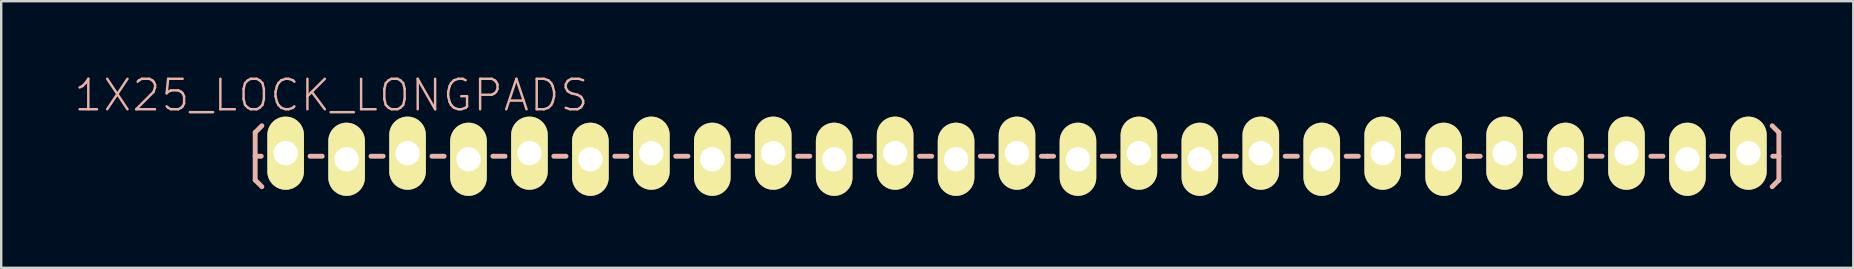
<source format=kicad_pcb>
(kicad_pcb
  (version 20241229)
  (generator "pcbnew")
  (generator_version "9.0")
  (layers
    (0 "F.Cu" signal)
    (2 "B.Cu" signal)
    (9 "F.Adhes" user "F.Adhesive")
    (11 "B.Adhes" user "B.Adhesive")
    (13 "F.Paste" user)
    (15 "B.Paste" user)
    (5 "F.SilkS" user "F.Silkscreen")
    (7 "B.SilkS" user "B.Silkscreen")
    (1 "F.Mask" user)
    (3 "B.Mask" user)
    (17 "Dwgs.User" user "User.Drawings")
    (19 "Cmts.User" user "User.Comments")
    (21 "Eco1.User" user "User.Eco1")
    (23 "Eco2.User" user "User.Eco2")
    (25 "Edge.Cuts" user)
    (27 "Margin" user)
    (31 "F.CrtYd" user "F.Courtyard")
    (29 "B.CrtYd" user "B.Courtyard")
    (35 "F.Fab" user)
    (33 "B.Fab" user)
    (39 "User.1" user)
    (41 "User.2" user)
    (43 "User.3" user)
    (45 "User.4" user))
  (footprint "1X25_LOCK_LONGPADS"
    (layer "F.Cu")
    (at 8.855 3.461)
    (property "Reference" "1X25_LOCK_LONGPADS" (at 1.905 -2.54 0) (layer "B.SilkS") (effects (font (size 1.27 1.27) (thickness 0.102))))
    (attr exclude_from_pos_files exclude_from_bom)
    (fp_line (start -0.292 -0.292) (end 0.292 -0.292) (stroke (width 0.066) (type solid)) (layer "F.SilkS"))
    (fp_line (start -0.292 0.292) (end -0.292 -0.292) (stroke (width 0.066) (type solid)) (layer "F.SilkS"))
    (fp_line (start -0.292 0.292) (end 0.292 0.292) (stroke (width 0.066) (type solid)) (layer "F.SilkS"))
    (fp_line (start 0.292 0.292) (end 0.292 -0.292) (stroke (width 0.066) (type solid)) (layer "F.SilkS"))
    (fp_line (start 2.248 -0.292) (end 2.832 -0.292) (stroke (width 0.066) (type solid)) (layer "F.SilkS"))
    (fp_line (start 2.248 0.292) (end 2.248 -0.292) (stroke (width 0.066) (type solid)) (layer "F.SilkS"))
    (fp_line (start 2.248 0.292) (end 2.832 0.292) (stroke (width 0.066) (type solid)) (layer "F.SilkS"))
    (fp_line (start 2.832 0.292) (end 2.832 -0.292) (stroke (width 0.066) (type solid)) (layer "F.SilkS"))
    (fp_line (start 4.788 -0.292) (end 5.372 -0.292) (stroke (width 0.066) (type solid)) (layer "F.SilkS"))
    (fp_line (start 4.788 0.292) (end 4.788 -0.292) (stroke (width 0.066) (type solid)) (layer "F.SilkS"))
    (fp_line (start 4.788 0.292) (end 5.372 0.292) (stroke (width 0.066) (type solid)) (layer "F.SilkS"))
    (fp_line (start 5.372 0.292) (end 5.372 -0.292) (stroke (width 0.066) (type solid)) (layer "F.SilkS"))
    (fp_line (start 7.328 -0.292) (end 7.912 -0.292) (stroke (width 0.066) (type solid)) (layer "F.SilkS"))
    (fp_line (start 7.328 0.292) (end 7.328 -0.292) (stroke (width 0.066) (type solid)) (layer "F.SilkS"))
    (fp_line (start 7.328 0.292) (end 7.912 0.292) (stroke (width 0.066) (type solid)) (layer "F.SilkS"))
    (fp_line (start 7.912 0.292) (end 7.912 -0.292) (stroke (width 0.066) (type solid)) (layer "F.SilkS"))
    (fp_line (start 9.868 -0.292) (end 10.452 -0.292) (stroke (width 0.066) (type solid)) (layer "F.SilkS"))
    (fp_line (start 9.868 0.292) (end 9.868 -0.292) (stroke (width 0.066) (type solid)) (layer "F.SilkS"))
    (fp_line (start 9.868 0.292) (end 10.452 0.292) (stroke (width 0.066) (type solid)) (layer "F.SilkS"))
    (fp_line (start 10.452 0.292) (end 10.452 -0.292) (stroke (width 0.066) (type solid)) (layer "F.SilkS"))
    (fp_line (start 12.408 -0.292) (end 12.992 -0.292) (stroke (width 0.066) (type solid)) (layer "F.SilkS"))
    (fp_line (start 12.408 0.292) (end 12.408 -0.292) (stroke (width 0.066) (type solid)) (layer "F.SilkS"))
    (fp_line (start 12.408 0.292) (end 12.992 0.292) (stroke (width 0.066) (type solid)) (layer "F.SilkS"))
    (fp_line (start 12.992 0.292) (end 12.992 -0.292) (stroke (width 0.066) (type solid)) (layer "F.SilkS"))
    (fp_line (start 14.948 -0.292) (end 15.532 -0.292) (stroke (width 0.066) (type solid)) (layer "F.SilkS"))
    (fp_line (start 14.948 0.292) (end 14.948 -0.292) (stroke (width 0.066) (type solid)) (layer "F.SilkS"))
    (fp_line (start 14.948 0.292) (end 15.532 0.292) (stroke (width 0.066) (type solid)) (layer "F.SilkS"))
    (fp_line (start 15.532 0.292) (end 15.532 -0.292) (stroke (width 0.066) (type solid)) (layer "F.SilkS"))
    (fp_line (start 17.488 -0.292) (end 18.072 -0.292) (stroke (width 0.066) (type solid)) (layer "F.SilkS"))
    (fp_line (start 17.488 0.292) (end 17.488 -0.292) (stroke (width 0.066) (type solid)) (layer "F.SilkS"))
    (fp_line (start 17.488 0.292) (end 18.072 0.292) (stroke (width 0.066) (type solid)) (layer "F.SilkS"))
    (fp_line (start 18.072 0.292) (end 18.072 -0.292) (stroke (width 0.066) (type solid)) (layer "F.SilkS"))
    (fp_line (start 20.028 -0.292) (end 20.612 -0.292) (stroke (width 0.066) (type solid)) (layer "F.SilkS"))
    (fp_line (start 20.028 0.292) (end 20.028 -0.292) (stroke (width 0.066) (type solid)) (layer "F.SilkS"))
    (fp_line (start 20.028 0.292) (end 20.612 0.292) (stroke (width 0.066) (type solid)) (layer "F.SilkS"))
    (fp_line (start 20.612 0.292) (end 20.612 -0.292) (stroke (width 0.066) (type solid)) (layer "F.SilkS"))
    (fp_line (start 22.568 -0.292) (end 23.152 -0.292) (stroke (width 0.066) (type solid)) (layer "F.SilkS"))
    (fp_line (start 22.568 0.292) (end 22.568 -0.292) (stroke (width 0.066) (type solid)) (layer "F.SilkS"))
    (fp_line (start 22.568 0.292) (end 23.152 0.292) (stroke (width 0.066) (type solid)) (layer "F.SilkS"))
    (fp_line (start 23.152 0.292) (end 23.152 -0.292) (stroke (width 0.066) (type solid)) (layer "F.SilkS"))
    (fp_line (start 25.108 -0.292) (end 25.692 -0.292) (stroke (width 0.066) (type solid)) (layer "F.SilkS"))
    (fp_line (start 25.108 0.292) (end 25.108 -0.292) (stroke (width 0.066) (type solid)) (layer "F.SilkS"))
    (fp_line (start 25.108 0.292) (end 25.692 0.292) (stroke (width 0.066) (type solid)) (layer "F.SilkS"))
    (fp_line (start 25.692 0.292) (end 25.692 -0.292) (stroke (width 0.066) (type solid)) (layer "F.SilkS"))
    (fp_line (start 27.648 -0.292) (end 28.232 -0.292) (stroke (width 0.066) (type solid)) (layer "F.SilkS"))
    (fp_line (start 27.648 0.292) (end 27.648 -0.292) (stroke (width 0.066) (type solid)) (layer "F.SilkS"))
    (fp_line (start 27.648 0.292) (end 28.232 0.292) (stroke (width 0.066) (type solid)) (layer "F.SilkS"))
    (fp_line (start 28.232 0.292) (end 28.232 -0.292) (stroke (width 0.066) (type solid)) (layer "F.SilkS"))
    (fp_line (start 30.185 -0.292) (end 30.772 -0.292) (stroke (width 0.066) (type solid)) (layer "F.SilkS"))
    (fp_line (start 30.185 0.292) (end 30.185 -0.292) (stroke (width 0.066) (type solid)) (layer "F.SilkS"))
    (fp_line (start 30.185 0.292) (end 30.772 0.292) (stroke (width 0.066) (type solid)) (layer "F.SilkS"))
    (fp_line (start 30.772 0.292) (end 30.772 -0.292) (stroke (width 0.066) (type solid)) (layer "F.SilkS"))
    (fp_line (start 32.728 -0.292) (end 33.312 -0.292) (stroke (width 0.066) (type solid)) (layer "F.SilkS"))
    (fp_line (start 32.728 0.292) (end 32.728 -0.292) (stroke (width 0.066) (type solid)) (layer "F.SilkS"))
    (fp_line (start 32.728 0.292) (end 33.312 0.292) (stroke (width 0.066) (type solid)) (layer "F.SilkS"))
    (fp_line (start 33.312 0.292) (end 33.312 -0.292) (stroke (width 0.066) (type solid)) (layer "F.SilkS"))
    (fp_line (start 35.268 -0.292) (end 35.852 -0.292) (stroke (width 0.066) (type solid)) (layer "F.SilkS"))
    (fp_line (start 35.268 0.292) (end 35.268 -0.292) (stroke (width 0.066) (type solid)) (layer "F.SilkS"))
    (fp_line (start 35.268 0.292) (end 35.852 0.292) (stroke (width 0.066) (type solid)) (layer "F.SilkS"))
    (fp_line (start 35.852 0.292) (end 35.852 -0.292) (stroke (width 0.066) (type solid)) (layer "F.SilkS"))
    (fp_line (start 37.808 -0.292) (end 38.392 -0.292) (stroke (width 0.066) (type solid)) (layer "F.SilkS"))
    (fp_line (start 37.808 0.292) (end 37.808 -0.292) (stroke (width 0.066) (type solid)) (layer "F.SilkS"))
    (fp_line (start 37.808 0.292) (end 38.392 0.292) (stroke (width 0.066) (type solid)) (layer "F.SilkS"))
    (fp_line (start 38.392 0.292) (end 38.392 -0.292) (stroke (width 0.066) (type solid)) (layer "F.SilkS"))
    (fp_line (start 40.348 -0.292) (end 40.932 -0.292) (stroke (width 0.066) (type solid)) (layer "F.SilkS"))
    (fp_line (start 40.348 0.292) (end 40.348 -0.292) (stroke (width 0.066) (type solid)) (layer "F.SilkS"))
    (fp_line (start 40.348 0.292) (end 40.932 0.292) (stroke (width 0.066) (type solid)) (layer "F.SilkS"))
    (fp_line (start 40.932 0.292) (end 40.932 -0.292) (stroke (width 0.066) (type solid)) (layer "F.SilkS"))
    (fp_line (start 42.888 -0.292) (end 43.472 -0.292) (stroke (width 0.066) (type solid)) (layer "F.SilkS"))
    (fp_line (start 42.888 0.292) (end 42.888 -0.292) (stroke (width 0.066) (type solid)) (layer "F.SilkS"))
    (fp_line (start 42.888 0.292) (end 43.472 0.292) (stroke (width 0.066) (type solid)) (layer "F.SilkS"))
    (fp_line (start 43.472 0.292) (end 43.472 -0.292) (stroke (width 0.066) (type solid)) (layer "F.SilkS"))
    (fp_line (start 45.428 -0.292) (end 46.012 -0.292) (stroke (width 0.066) (type solid)) (layer "F.SilkS"))
    (fp_line (start 45.428 0.292) (end 45.428 -0.292) (stroke (width 0.066) (type solid)) (layer "F.SilkS"))
    (fp_line (start 45.428 0.292) (end 46.012 0.292) (stroke (width 0.066) (type solid)) (layer "F.SilkS"))
    (fp_line (start 46.012 0.292) (end 46.012 -0.292) (stroke (width 0.066) (type solid)) (layer "F.SilkS"))
    (fp_line (start 47.968 -0.292) (end 48.552 -0.292) (stroke (width 0.066) (type solid)) (layer "F.SilkS"))
    (fp_line (start 47.968 0.292) (end 47.968 -0.292) (stroke (width 0.066) (type solid)) (layer "F.SilkS"))
    (fp_line (start 47.968 0.292) (end 48.552 0.292) (stroke (width 0.066) (type solid)) (layer "F.SilkS"))
    (fp_line (start 48.552 0.292) (end 48.552 -0.292) (stroke (width 0.066) (type solid)) (layer "F.SilkS"))
    (fp_line (start 50.508 -0.292) (end 51.092 -0.292) (stroke (width 0.066) (type solid)) (layer "F.SilkS"))
    (fp_line (start 50.508 0.292) (end 50.508 -0.292) (stroke (width 0.066) (type solid)) (layer "F.SilkS"))
    (fp_line (start 50.508 0.292) (end 51.092 0.292) (stroke (width 0.066) (type solid)) (layer "F.SilkS"))
    (fp_line (start 51.092 0.292) (end 51.092 -0.292) (stroke (width 0.066) (type solid)) (layer "F.SilkS"))
    (fp_line (start 53.045 -0.292) (end 53.632 -0.292) (stroke (width 0.066) (type solid)) (layer "F.SilkS"))
    (fp_line (start 53.045 0.292) (end 53.045 -0.292) (stroke (width 0.066) (type solid)) (layer "F.SilkS"))
    (fp_line (start 53.045 0.292) (end 53.632 0.292) (stroke (width 0.066) (type solid)) (layer "F.SilkS"))
    (fp_line (start 53.632 0.292) (end 53.632 -0.292) (stroke (width 0.066) (type solid)) (layer "F.SilkS"))
    (fp_line (start 55.588 -0.292) (end 56.172 -0.292) (stroke (width 0.066) (type solid)) (layer "F.SilkS"))
    (fp_line (start 55.588 0.292) (end 55.588 -0.292) (stroke (width 0.066) (type solid)) (layer "F.SilkS"))
    (fp_line (start 55.588 0.292) (end 56.172 0.292) (stroke (width 0.066) (type solid)) (layer "F.SilkS"))
    (fp_line (start 56.172 0.292) (end 56.172 -0.292) (stroke (width 0.066) (type solid)) (layer "F.SilkS"))
    (fp_line (start 58.128 -0.292) (end 58.712 -0.292) (stroke (width 0.066) (type solid)) (layer "F.SilkS"))
    (fp_line (start 58.128 0.292) (end 58.128 -0.292) (stroke (width 0.066) (type solid)) (layer "F.SilkS"))
    (fp_line (start 58.128 0.292) (end 58.712 0.292) (stroke (width 0.066) (type solid)) (layer "F.SilkS"))
    (fp_line (start 58.712 0.292) (end 58.712 -0.292) (stroke (width 0.066) (type solid)) (layer "F.SilkS"))
    (fp_line (start 60.668 -0.292) (end 61.252 -0.292) (stroke (width 0.066) (type solid)) (layer "F.SilkS"))
    (fp_line (start 60.668 0.292) (end 60.668 -0.292) (stroke (width 0.066) (type solid)) (layer "F.SilkS"))
    (fp_line (start 60.668 0.292) (end 61.252 0.292) (stroke (width 0.066) (type solid)) (layer "F.SilkS"))
    (fp_line (start 61.252 0.292) (end 61.252 -0.292) (stroke (width 0.066) (type solid)) (layer "F.SilkS"))
    (fp_line (start -1.27 -0.991) (end -0.991 -1.27) (stroke (width 0.203) (type solid)) (layer "B.SilkS"))
    (fp_line (start -1.27 0) (end -1.27 -0.991) (stroke (width 0.203) (type solid)) (layer "B.SilkS"))
    (fp_line (start -1.27 0) (end -1.27 0.991) (stroke (width 0.203) (type solid)) (layer "B.SilkS"))
    (fp_line (start -1.27 0) (end -1.016 0) (stroke (width 0.203) (type solid)) (layer "B.SilkS"))
    (fp_line (start -1.27 0.991) (end -0.991 1.27) (stroke (width 0.203) (type solid)) (layer "B.SilkS"))
    (fp_line (start 1.524 0) (end 1.016 0) (stroke (width 0.203) (type solid)) (layer "B.SilkS"))
    (fp_line (start 4.064 0) (end 3.556 0) (stroke (width 0.203) (type solid)) (layer "B.SilkS"))
    (fp_line (start 6.604 0) (end 6.096 0) (stroke (width 0.203) (type solid)) (layer "B.SilkS"))
    (fp_line (start 9.144 0) (end 8.636 0) (stroke (width 0.203) (type solid)) (layer "B.SilkS"))
    (fp_line (start 11.684 0) (end 11.176 0) (stroke (width 0.203) (type solid)) (layer "B.SilkS"))
    (fp_line (start 14.224 0) (end 13.716 0) (stroke (width 0.203) (type solid)) (layer "B.SilkS"))
    (fp_line (start 16.764 0) (end 16.256 0) (stroke (width 0.203) (type solid)) (layer "B.SilkS"))
    (fp_line (start 19.304 0) (end 18.796 0) (stroke (width 0.203) (type solid)) (layer "B.SilkS"))
    (fp_line (start 21.844 0) (end 21.336 0) (stroke (width 0.203) (type solid)) (layer "B.SilkS"))
    (fp_line (start 24.384 0) (end 23.876 0) (stroke (width 0.203) (type solid)) (layer "B.SilkS"))
    (fp_line (start 26.924 0) (end 26.416 0) (stroke (width 0.203) (type solid)) (layer "B.SilkS"))
    (fp_line (start 29.464 0) (end 28.953 0) (stroke (width 0.203) (type solid)) (layer "B.SilkS"))
    (fp_line (start 31.75 0) (end 31.496 0) (stroke (width 0.203) (type solid)) (layer "B.SilkS"))
    (fp_line (start 32.004 0) (end 31.75 0) (stroke (width 0.203) (type solid)) (layer "B.SilkS"))
    (fp_line (start 34.544 0) (end 34.036 0) (stroke (width 0.203) (type solid)) (layer "B.SilkS"))
    (fp_line (start 37.084 0) (end 36.576 0) (stroke (width 0.203) (type solid)) (layer "B.SilkS"))
    (fp_line (start 39.624 0) (end 39.116 0) (stroke (width 0.203) (type solid)) (layer "B.SilkS"))
    (fp_line (start 42.164 0) (end 41.656 0) (stroke (width 0.203) (type solid)) (layer "B.SilkS"))
    (fp_line (start 44.704 0) (end 44.196 0) (stroke (width 0.203) (type solid)) (layer "B.SilkS"))
    (fp_line (start 47.244 0) (end 46.736 0) (stroke (width 0.203) (type solid)) (layer "B.SilkS"))
    (fp_line (start 49.53 0) (end 49.276 0) (stroke (width 0.203) (type solid)) (layer "B.SilkS"))
    (fp_line (start 49.784 0) (end 49.276 0) (stroke (width 0.203) (type solid)) (layer "B.SilkS"))
    (fp_line (start 52.324 0) (end 51.816 0) (stroke (width 0.203) (type solid)) (layer "B.SilkS"))
    (fp_line (start 54.864 0) (end 54.356 0) (stroke (width 0.203) (type solid)) (layer "B.SilkS"))
    (fp_line (start 57.401 0) (end 56.896 0) (stroke (width 0.203) (type solid)) (layer "B.SilkS"))
    (fp_line (start 59.69 0) (end 59.436 0) (stroke (width 0.203) (type solid)) (layer "B.SilkS"))
    (fp_line (start 59.944 0) (end 59.436 0) (stroke (width 0.203) (type solid)) (layer "B.SilkS"))
    (fp_line (start 62.23 -0.991) (end 61.951 -1.27) (stroke (width 0.203) (type solid)) (layer "B.SilkS"))
    (fp_line (start 62.23 0) (end 61.976 0) (stroke (width 0.203) (type solid)) (layer "B.SilkS"))
    (fp_line (start 62.23 0) (end 62.23 -0.991) (stroke (width 0.203) (type solid)) (layer "B.SilkS"))
    (fp_line (start 62.23 0) (end 62.23 0.991) (stroke (width 0.203) (type solid)) (layer "B.SilkS"))
    (fp_line (start 62.23 0.991) (end 61.951 1.27) (stroke (width 0.203) (type solid)) (layer "B.SilkS"))
    (pad "1" thru_hole oval (at 0 -0.127 180) (size 1.524 3.048) (drill 1.016) (layers "*.Cu" "F.Mask" "F.SilkS" "F.Paste"))
    (pad "2" thru_hole oval (at 2.54 0.127 180) (size 1.524 3.048) (drill 1.016) (layers "*.Cu" "F.Mask" "F.SilkS" "F.Paste"))
    (pad "3" thru_hole oval (at 5.08 -0.127 180) (size 1.524 3.048) (drill 1.016) (layers "*.Cu" "F.Mask" "F.SilkS" "F.Paste"))
    (pad "4" thru_hole oval (at 7.62 0.127 180) (size 1.524 3.048) (drill 1.016) (layers "*.Cu" "F.Mask" "F.SilkS" "F.Paste"))
    (pad "5" thru_hole oval (at 10.16 -0.127 180) (size 1.524 3.048) (drill 1.016) (layers "*.Cu" "F.Mask" "F.SilkS" "F.Paste"))
    (pad "6" thru_hole oval (at 12.7 0.127 180) (size 1.524 3.048) (drill 1.016) (layers "*.Cu" "F.Mask" "F.SilkS" "F.Paste"))
    (pad "7" thru_hole oval (at 15.24 -0.127 180) (size 1.524 3.048) (drill 1.016) (layers "*.Cu" "F.Mask" "F.SilkS" "F.Paste"))
    (pad "8" thru_hole oval (at 17.78 0.127 180) (size 1.524 3.048) (drill 1.016) (layers "*.Cu" "F.Mask" "F.SilkS" "F.Paste"))
    (pad "9" thru_hole oval (at 20.32 -0.127 180) (size 1.524 3.048) (drill 1.016) (layers "*.Cu" "F.Mask" "F.SilkS" "F.Paste"))
    (pad "10" thru_hole oval (at 22.86 0.127 180) (size 1.524 3.048) (drill 1.016) (layers "*.Cu" "F.Mask" "F.SilkS" "F.Paste"))
    (pad "11" thru_hole oval (at 25.4 -0.127 180) (size 1.524 3.048) (drill 1.016) (layers "*.Cu" "F.Mask" "F.SilkS" "F.Paste"))
    (pad "12" thru_hole oval (at 27.94 0.127 180) (size 1.524 3.048) (drill 1.016) (layers "*.Cu" "F.Mask" "F.SilkS" "F.Paste"))
    (pad "13" thru_hole oval (at 30.48 -0.127 180) (size 1.524 3.048) (drill 1.016) (layers "*.Cu" "F.Mask" "F.SilkS" "F.Paste"))
    (pad "14" thru_hole oval (at 33.02 0.127 180) (size 1.524 3.048) (drill 1.016) (layers "*.Cu" "F.Mask" "F.SilkS" "F.Paste"))
    (pad "15" thru_hole oval (at 35.56 -0.127 180) (size 1.524 3.048) (drill 1.016) (layers "*.Cu" "F.Mask" "F.SilkS" "F.Paste"))
    (pad "16" thru_hole oval (at 38.1 0.127 180) (size 1.524 3.048) (drill 1.016) (layers "*.Cu" "F.Mask" "F.SilkS" "F.Paste"))
    (pad "17" thru_hole oval (at 40.64 -0.127 180) (size 1.524 3.048) (drill 1.016) (layers "*.Cu" "F.Mask" "F.SilkS" "F.Paste"))
    (pad "18" thru_hole oval (at 43.18 0.127 180) (size 1.524 3.048) (drill 1.016) (layers "*.Cu" "F.Mask" "F.SilkS" "F.Paste"))
    (pad "19" thru_hole oval (at 45.72 -0.127 180) (size 1.524 3.048) (drill 1.016) (layers "*.Cu" "F.Mask" "F.SilkS" "F.Paste"))
    (pad "20" thru_hole oval (at 48.26 0.127 180) (size 1.524 3.048) (drill 1.016) (layers "*.Cu" "F.Mask" "F.SilkS" "F.Paste"))
    (pad "21" thru_hole oval (at 50.8 -0.127 180) (size 1.524 3.048) (drill 1.016) (layers "*.Cu" "F.Mask" "F.SilkS" "F.Paste"))
    (pad "22" thru_hole oval (at 53.34 0.127 180) (size 1.524 3.048) (drill 1.016) (layers "*.Cu" "F.Mask" "F.SilkS" "F.Paste"))
    (pad "23" thru_hole oval (at 55.88 -0.127 180) (size 1.524 3.048) (drill 1.016) (layers "*.Cu" "F.Mask" "F.SilkS" "F.Paste"))
    (pad "24" thru_hole oval (at 58.42 0.127 180) (size 1.524 3.048) (drill 1.016) (layers "*.Cu" "F.Mask" "F.SilkS" "F.Paste"))
    (pad "25" thru_hole oval (at 60.96 -0.127 180) (size 1.524 3.048) (drill 1.016) (layers "*.Cu" "F.Mask" "F.SilkS" "F.Paste")))
  (gr_rect
    (start -3 -3)
    (end 74.187 8.112)
    (stroke (width 0.1) (type default))
    (fill no)
    (layer "Edge.Cuts")))
</source>
